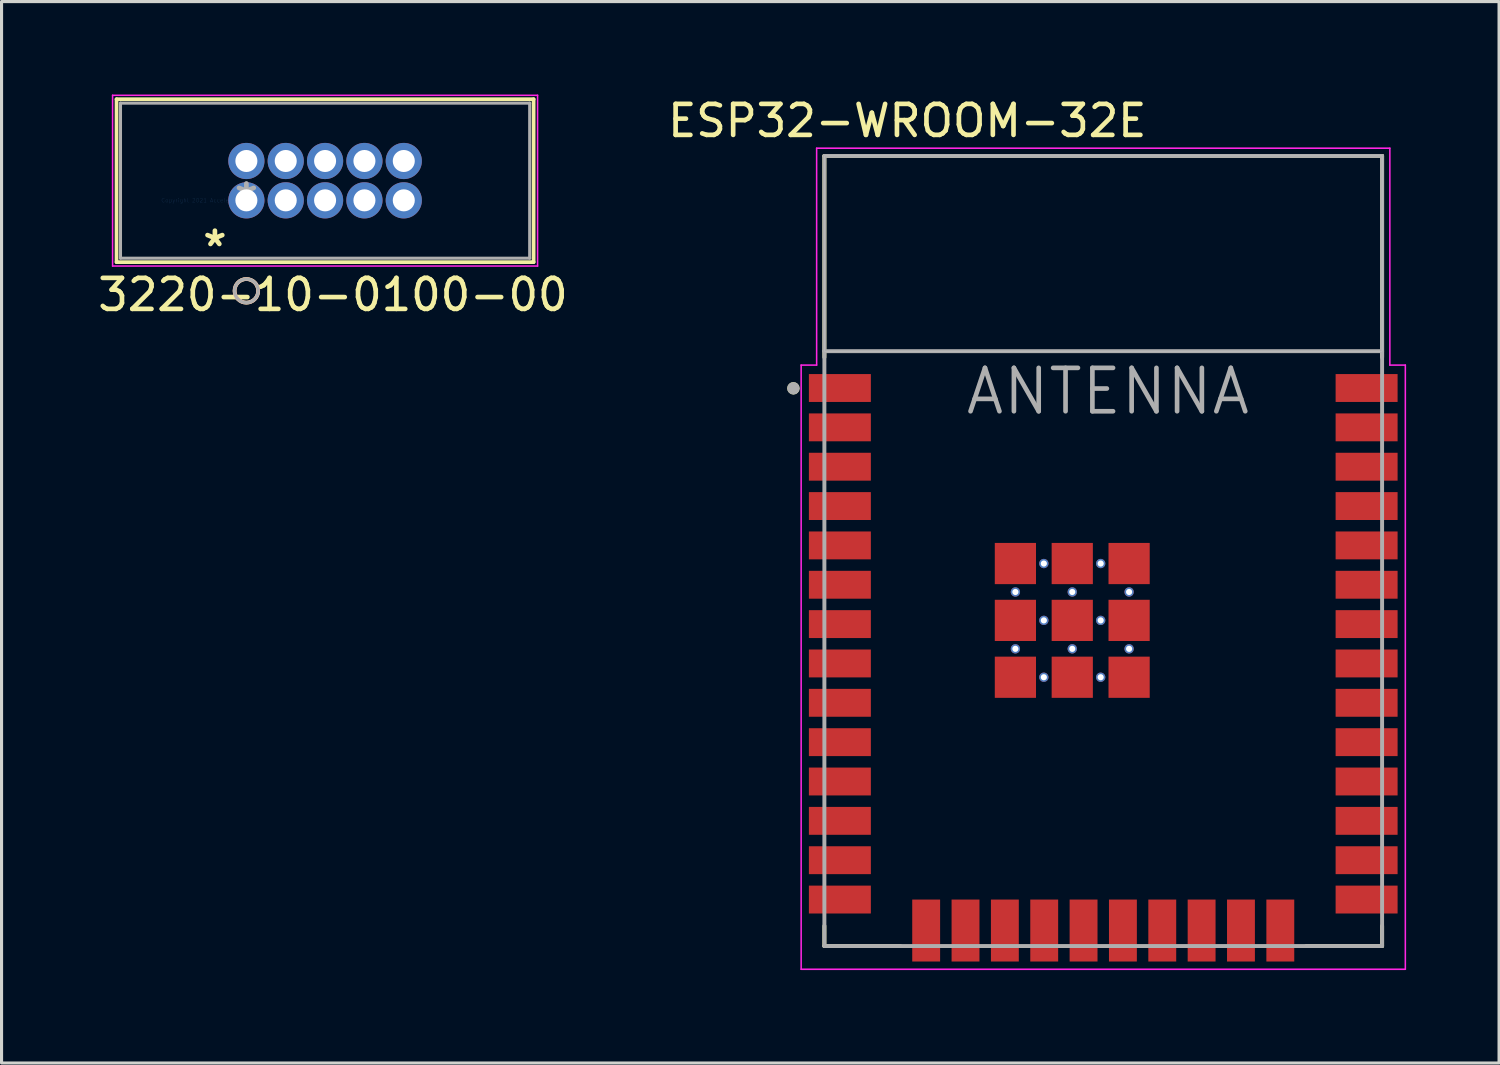
<source format=kicad_pcb>
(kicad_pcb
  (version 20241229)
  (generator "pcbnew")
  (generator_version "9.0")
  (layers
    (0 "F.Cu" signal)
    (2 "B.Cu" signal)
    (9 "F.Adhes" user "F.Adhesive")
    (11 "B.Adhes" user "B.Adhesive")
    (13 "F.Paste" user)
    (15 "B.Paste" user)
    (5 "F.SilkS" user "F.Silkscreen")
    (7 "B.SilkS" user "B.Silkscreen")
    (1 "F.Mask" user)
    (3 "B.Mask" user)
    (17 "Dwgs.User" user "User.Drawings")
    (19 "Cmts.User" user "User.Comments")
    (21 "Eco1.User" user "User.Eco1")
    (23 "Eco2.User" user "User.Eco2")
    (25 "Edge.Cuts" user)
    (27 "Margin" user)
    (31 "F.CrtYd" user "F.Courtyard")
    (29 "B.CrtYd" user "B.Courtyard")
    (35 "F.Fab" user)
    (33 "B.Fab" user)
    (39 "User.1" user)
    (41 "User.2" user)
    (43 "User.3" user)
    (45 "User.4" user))
  (footprint "ESP32-WROOM-32E"
    (layer "F.Cu")
    (at 32.557 14.733)
    (property "Reference" "ESP32-WROOM-32E" (at -6.325 -13.885 0) (layer "F.SilkS") (effects (font (size 1 1) (thickness 0.15))))
    (attr through_hole)
    (fp_line (start -9 -12.75) (end 9 -12.75) (stroke (width 0.127) (type solid)) (layer "F.SilkS"))
    (fp_line (start -9 -6.25) (end -9 -12.75) (stroke (width 0.127) (type solid)) (layer "F.SilkS"))
    (fp_line (start -9 12.1) (end -9 12.75) (stroke (width 0.127) (type solid)) (layer "F.SilkS"))
    (fp_line (start -9 12.75) (end -6.55 12.75) (stroke (width 0.127) (type solid)) (layer "F.SilkS"))
    (fp_line (start 6.55 12.75) (end 9 12.75) (stroke (width 0.127) (type solid)) (layer "F.SilkS"))
    (fp_line (start 9 -12.75) (end 9 -6.25) (stroke (width 0.127) (type solid)) (layer "F.SilkS"))
    (fp_line (start 9 12.75) (end 9 12.1) (stroke (width 0.127) (type solid)) (layer "F.SilkS"))
    (fp_circle (center -10 -5.25) (end -9.9 -5.25) (stroke (width 0.2) (type solid)) (fill no) (layer "F.SilkS"))
    (fp_poly (pts (xy -9 -12.75) (xy 9 -12.75) (xy 9 -6.45) (xy -9 -6.45)) (stroke (width 0.01) (type solid)) (fill no) (layer "Dwgs.User"))
    (fp_poly (pts (xy -9 -12.75) (xy 9 -12.75) (xy 9 -6.45) (xy -9 -6.45)) (stroke (width 0.01) (type solid)) (fill no) (layer "Dwgs.User"))
    (fp_line (start -9.75 -6) (end -9.25 -6) (stroke (width 0.05) (type solid)) (layer "F.CrtYd"))
    (fp_line (start -9.75 13.5) (end -9.75 -6) (stroke (width 0.05) (type solid)) (layer "F.CrtYd"))
    (fp_line (start -9.25 -13) (end 9.25 -13) (stroke (width 0.05) (type solid)) (layer "F.CrtYd"))
    (fp_line (start -9.25 -6) (end -9.25 -13) (stroke (width 0.05) (type solid)) (layer "F.CrtYd"))
    (fp_line (start 9.25 -13) (end 9.25 -6) (stroke (width 0.05) (type solid)) (layer "F.CrtYd"))
    (fp_line (start 9.25 -6) (end 9.75 -6) (stroke (width 0.05) (type solid)) (layer "F.CrtYd"))
    (fp_line (start 9.75 -6) (end 9.75 13.5) (stroke (width 0.05) (type solid)) (layer "F.CrtYd"))
    (fp_line (start 9.75 13.5) (end -9.75 13.5) (stroke (width 0.05) (type solid)) (layer "F.CrtYd"))
    (fp_line (start -9 -12.75) (end -9 -6.45) (stroke (width 0.127) (type solid)) (layer "F.Fab"))
    (fp_line (start -9 -12.75) (end 9 -12.75) (stroke (width 0.127) (type solid)) (layer "F.Fab"))
    (fp_line (start -9 -6.45) (end 9 -6.45) (stroke (width 0.127) (type solid)) (layer "F.Fab"))
    (fp_line (start -9 12.75) (end -9 -6.45) (stroke (width 0.127) (type solid)) (layer "F.Fab"))
    (fp_line (start 9 -12.75) (end 9 -6.45) (stroke (width 0.127) (type solid)) (layer "F.Fab"))
    (fp_line (start 9 -6.45) (end 9 12.75) (stroke (width 0.127) (type solid)) (layer "F.Fab"))
    (fp_line (start 9 12.75) (end -9 12.75) (stroke (width 0.127) (type solid)) (layer "F.Fab"))
    (fp_circle (center -10 -5.25) (end -9.9 -5.25) (stroke (width 0.2) (type solid)) (fill no) (layer "F.Fab"))
    (fp_text user "ANTENNA" (at 0.15 -5.15 0) (layer "F.Fab") (effects (font (size 1.4 1.4) (thickness 0.15))))
    (pad "1" smd rect (at -8.5 -5.26) (size 2 0.9) (layers "F.Cu" "F.Mask" "F.Paste"))
    (pad "2" smd rect (at -8.5 -3.99) (size 2 0.9) (layers "F.Cu" "F.Mask" "F.Paste"))
    (pad "3" smd rect (at -8.5 -2.72) (size 2 0.9) (layers "F.Cu" "F.Mask" "F.Paste"))
    (pad "4" smd rect (at -8.5 -1.45) (size 2 0.9) (layers "F.Cu" "F.Mask" "F.Paste"))
    (pad "5" smd rect (at -8.5 -0.18) (size 2 0.9) (layers "F.Cu" "F.Mask" "F.Paste"))
    (pad "6" smd rect (at -8.5 1.09) (size 2 0.9) (layers "F.Cu" "F.Mask" "F.Paste"))
    (pad "7" smd rect (at -8.5 2.36) (size 2 0.9) (layers "F.Cu" "F.Mask" "F.Paste"))
    (pad "8" smd rect (at -8.5 3.63) (size 2 0.9) (layers "F.Cu" "F.Mask" "F.Paste"))
    (pad "9" smd rect (at -8.5 4.9) (size 2 0.9) (layers "F.Cu" "F.Mask" "F.Paste"))
    (pad "10" smd rect (at -8.5 6.17) (size 2 0.9) (layers "F.Cu" "F.Mask" "F.Paste"))
    (pad "11" smd rect (at -8.5 7.44) (size 2 0.9) (layers "F.Cu" "F.Mask" "F.Paste"))
    (pad "12" smd rect (at -8.5 8.71) (size 2 0.9) (layers "F.Cu" "F.Mask" "F.Paste"))
    (pad "13" smd rect (at -8.5 9.98) (size 2 0.9) (layers "F.Cu" "F.Mask" "F.Paste"))
    (pad "14" smd rect (at -8.5 11.25) (size 2 0.9) (layers "F.Cu" "F.Mask" "F.Paste"))
    (pad "15" smd rect (at -5.715 12.25) (size 0.9 2) (layers "F.Cu" "F.Mask" "F.Paste"))
    (pad "16" smd rect (at -4.445 12.25) (size 0.9 2) (layers "F.Cu" "F.Mask" "F.Paste"))
    (pad "17" smd rect (at -3.175 12.25) (size 0.9 2) (layers "F.Cu" "F.Mask" "F.Paste"))
    (pad "18" smd rect (at -1.905 12.25) (size 0.9 2) (layers "F.Cu" "F.Mask" "F.Paste"))
    (pad "19" smd rect (at -0.635 12.25) (size 0.9 2) (layers "F.Cu" "F.Mask" "F.Paste"))
    (pad "20" smd rect (at 0.635 12.25) (size 0.9 2) (layers "F.Cu" "F.Mask" "F.Paste"))
    (pad "21" smd rect (at 1.905 12.25) (size 0.9 2) (layers "F.Cu" "F.Mask" "F.Paste"))
    (pad "22" smd rect (at 3.175 12.25) (size 0.9 2) (layers "F.Cu" "F.Mask" "F.Paste"))
    (pad "23" smd rect (at 4.445 12.25) (size 0.9 2) (layers "F.Cu" "F.Mask" "F.Paste"))
    (pad "24" smd rect (at 5.715 12.25) (size 0.9 2) (layers "F.Cu" "F.Mask" "F.Paste"))
    (pad "25" smd rect (at 8.5 11.25) (size 2 0.9) (layers "F.Cu" "F.Mask" "F.Paste"))
    (pad "26" smd rect (at 8.5 9.98) (size 2 0.9) (layers "F.Cu" "F.Mask" "F.Paste"))
    (pad "27" smd rect (at 8.5 8.71) (size 2 0.9) (layers "F.Cu" "F.Mask" "F.Paste"))
    (pad "28" smd rect (at 8.5 7.44) (size 2 0.9) (layers "F.Cu" "F.Mask" "F.Paste"))
    (pad "29" smd rect (at 8.5 6.17) (size 2 0.9) (layers "F.Cu" "F.Mask" "F.Paste"))
    (pad "30" smd rect (at 8.5 4.9) (size 2 0.9) (layers "F.Cu" "F.Mask" "F.Paste"))
    (pad "31" smd rect (at 8.5 3.63) (size 2 0.9) (layers "F.Cu" "F.Mask" "F.Paste"))
    (pad "32" smd rect (at 8.5 2.36) (size 2 0.9) (layers "F.Cu" "F.Mask" "F.Paste"))
    (pad "33" smd rect (at 8.5 1.09) (size 2 0.9) (layers "F.Cu" "F.Mask" "F.Paste"))
    (pad "34" smd rect (at 8.5 -0.18) (size 2 0.9) (layers "F.Cu" "F.Mask" "F.Paste"))
    (pad "35" smd rect (at 8.5 -1.45) (size 2 0.9) (layers "F.Cu" "F.Mask" "F.Paste"))
    (pad "36" smd rect (at 8.5 -2.72) (size 2 0.9) (layers "F.Cu" "F.Mask" "F.Paste"))
    (pad "37" smd rect (at 8.5 -3.99) (size 2 0.9) (layers "F.Cu" "F.Mask" "F.Paste"))
    (pad "38" smd rect (at 8.5 -5.26) (size 2 0.9) (layers "F.Cu" "F.Mask" "F.Paste"))
    (pad "39_1" smd rect (at -2.835 0.405) (size 1.33 1.33) (layers "F.Cu" "F.Mask" "F.Paste"))
    (pad "39_2" smd rect (at -1 0.405) (size 1.33 1.33) (layers "F.Cu" "F.Mask" "F.Paste"))
    (pad "39_3" smd rect (at 0.835 0.405) (size 1.33 1.33) (layers "F.Cu" "F.Mask" "F.Paste"))
    (pad "39_4" smd rect (at -2.835 2.24) (size 1.33 1.33) (layers "F.Cu" "F.Mask" "F.Paste"))
    (pad "39_5" smd rect (at -1 2.24) (size 1.33 1.33) (layers "F.Cu" "F.Mask" "F.Paste"))
    (pad "39_6" smd rect (at 0.835 2.24) (size 1.33 1.33) (layers "F.Cu" "F.Mask" "F.Paste"))
    (pad "39_7" smd rect (at -2.835 4.075) (size 1.33 1.33) (layers "F.Cu" "F.Mask" "F.Paste"))
    (pad "39_8" smd rect (at -1 4.075) (size 1.33 1.33) (layers "F.Cu" "F.Mask" "F.Paste"))
    (pad "39_9" smd rect (at 0.835 4.075) (size 1.33 1.33) (layers "F.Cu" "F.Mask" "F.Paste"))
    (pad "39_10" thru_hole circle (at -1.917 0.405) (size 0.3 0.3) (drill 0.2) (layers "*.Cu" "*.Mask"))
    (pad "39_11" thru_hole circle (at -0.083 0.405) (size 0.3 0.3) (drill 0.2) (layers "*.Cu" "*.Mask"))
    (pad "39_12" thru_hole circle (at -2.835 1.323) (size 0.3 0.3) (drill 0.2) (layers "*.Cu" "*.Mask"))
    (pad "39_13" thru_hole circle (at -1 1.323) (size 0.3 0.3) (drill 0.2) (layers "*.Cu" "*.Mask"))
    (pad "39_14" thru_hole circle (at 0.835 1.323) (size 0.3 0.3) (drill 0.2) (layers "*.Cu" "*.Mask"))
    (pad "39_15" thru_hole circle (at -1.917 2.24) (size 0.3 0.3) (drill 0.2) (layers "*.Cu" "*.Mask"))
    (pad "39_16" thru_hole circle (at -0.083 2.24) (size 0.3 0.3) (drill 0.2) (layers "*.Cu" "*.Mask"))
    (pad "39_17" thru_hole circle (at -2.835 3.158) (size 0.3 0.3) (drill 0.2) (layers "*.Cu" "*.Mask"))
    (pad "39_18" thru_hole circle (at -1 3.158) (size 0.3 0.3) (drill 0.2) (layers "*.Cu" "*.Mask"))
    (pad "39_19" thru_hole circle (at 0.835 3.158) (size 0.3 0.3) (drill 0.2) (layers "*.Cu" "*.Mask"))
    (pad "39_20" thru_hole circle (at -1.917 4.075) (size 0.3 0.3) (drill 0.2) (layers "*.Cu" "*.Mask"))
    (pad "39_21" thru_hole circle (at -0.083 4.075) (size 0.3 0.3) (drill 0.2) (layers "*.Cu" "*.Mask")))
  (footprint "3220-10-0100-00"
    (layer "F.Cu")
    (at 4.902 3.416)
    (property "Reference" "3220-10-0100-00" (at 2.794 3.048 0) (layer "F.SilkS") (effects (font (size 1 1) (thickness 0.15))))
    (attr through_hole)
    (fp_line (start -4.191 -3.264) (end -4.191 1.994) (stroke (width 0.12) (type solid)) (layer "F.SilkS"))
    (fp_line (start -4.191 1.994) (end 9.271 1.994) (stroke (width 0.12) (type solid)) (layer "F.SilkS"))
    (fp_line (start 9.271 -3.264) (end -4.191 -3.264) (stroke (width 0.12) (type solid)) (layer "F.SilkS"))
    (fp_line (start 9.271 1.994) (end 9.271 -3.264) (stroke (width 0.12) (type solid)) (layer "F.SilkS"))
    (fp_circle (center 0 2.921) (end 0.381 2.921) (stroke (width 0.12) (type solid)) (fill no) (layer "F.SilkS"))
    (fp_circle (center 0 2.921) (end 0.381 2.921) (stroke (width 0.12) (type solid)) (fill no) (layer "B.SilkS"))
    (fp_line (start -4.318 -3.391) (end -4.318 2.121) (stroke (width 0.05) (type solid)) (layer "F.CrtYd"))
    (fp_line (start -4.318 2.121) (end 9.398 2.121) (stroke (width 0.05) (type solid)) (layer "F.CrtYd"))
    (fp_line (start 9.398 -3.391) (end -4.318 -3.391) (stroke (width 0.05) (type solid)) (layer "F.CrtYd"))
    (fp_line (start 9.398 2.121) (end 9.398 -3.391) (stroke (width 0.05) (type solid)) (layer "F.CrtYd"))
    (fp_line (start -4.064 -3.137) (end -4.064 1.867) (stroke (width 0.1) (type solid)) (layer "F.Fab"))
    (fp_line (start -4.064 1.867) (end 9.144 1.867) (stroke (width 0.1) (type solid)) (layer "F.Fab"))
    (fp_line (start 9.144 -3.137) (end -4.064 -3.137) (stroke (width 0.1) (type solid)) (layer "F.Fab"))
    (fp_line (start 9.144 1.867) (end 9.144 -3.137) (stroke (width 0.1) (type solid)) (layer "F.Fab"))
    (fp_circle (center 0 2.921) (end 0.381 2.921) (stroke (width 0.1) (type solid)) (fill no) (layer "F.Fab"))
    (fp_text user "*" (at -1.016 1.524 0) (layer "F.SilkS") (effects (font (size 1 1) (thickness 0.15))))
    (fp_text user "Copyright 2021 Accelerated Designs. All rights reserved." (at 0 0 0) (layer "Cmts.User") (effects (font (size 0.127 0.127) (thickness 0.002))))
    (fp_text user "*" (at 0 0 0) (layer "F.Fab") (effects (font (size 1 1) (thickness 0.15))))
    (pad "1" thru_hole circle (at 0 0) (size 1.168 1.168) (drill 0.711) (layers "*.Cu" "*.Mask"))
    (pad "2" thru_hole circle (at 0 -1.27) (size 1.168 1.168) (drill 0.711) (layers "*.Cu" "*.Mask"))
    (pad "3" thru_hole circle (at 1.27 0) (size 1.168 1.168) (drill 0.711) (layers "*.Cu" "*.Mask"))
    (pad "4" thru_hole circle (at 1.27 -1.27) (size 1.168 1.168) (drill 0.711) (layers "*.Cu" "*.Mask"))
    (pad "5" thru_hole circle (at 2.54 0) (size 1.168 1.168) (drill 0.711) (layers "*.Cu" "*.Mask"))
    (pad "6" thru_hole circle (at 2.54 -1.27) (size 1.168 1.168) (drill 0.711) (layers "*.Cu" "*.Mask"))
    (pad "7" thru_hole circle (at 3.81 0) (size 1.168 1.168) (drill 0.711) (layers "*.Cu" "*.Mask"))
    (pad "8" thru_hole circle (at 3.81 -1.27) (size 1.168 1.168) (drill 0.711) (layers "*.Cu" "*.Mask"))
    (pad "9" thru_hole circle (at 5.08 0) (size 1.168 1.168) (drill 0.711) (layers "*.Cu" "*.Mask"))
    (pad "10" thru_hole circle (at 5.08 -1.27) (size 1.168 1.168) (drill 0.711) (layers "*.Cu" "*.Mask")))
  (gr_rect
    (start -3 -3)
    (end 45.332 31.258)
    (stroke (width 0.1) (type default))
    (fill no)
    (layer "Edge.Cuts")))
</source>
